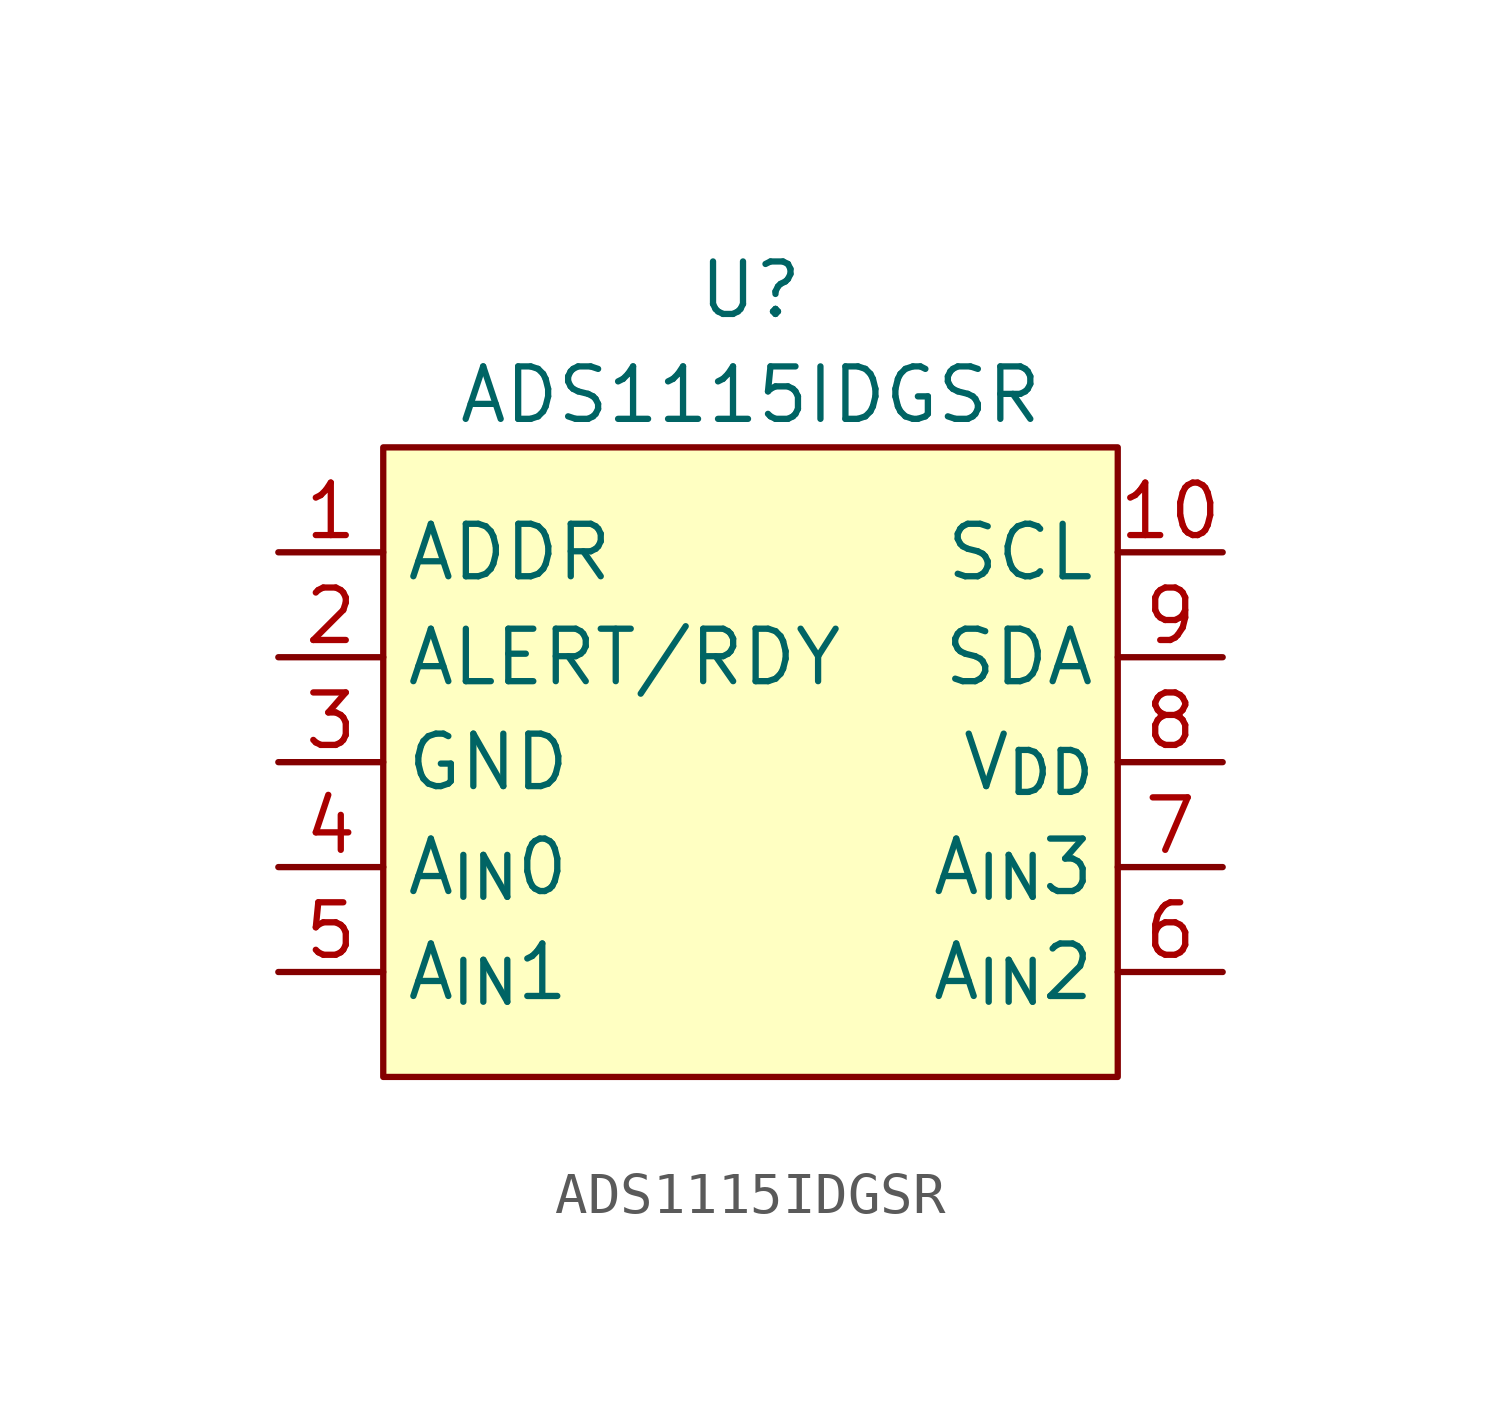
<source format=kicad_sym>
(kicad_symbol_lib
  (version 20241209)
  (generator "kicad_symbol_editor")
  (generator_version "9.0")
  (symbol "ADS1115IDGSR"
    (property "Reference" "U"
      (at 0 11.43 0)
      (do_not_autoplace)
      (effects (font (size 1.27 1.27))))
    (property "Value" "ADS1115IDGSR"
      (at 0 8.89 0)
      (do_not_autoplace)
      (effects (font (size 1.27 1.27))))
    (symbol "ADS1115IDGSR_0_0"
      (pin input line (at -11.43 5.08 0) (length 2.54) (name "ADDR" (effects (font (size 1.27 1.27)))) (number "1" (effects (font (size 1.27 1.27)))))
      (pin output line (at -11.43 2.54 0) (length 2.54) (name "ALERT/RDY" (effects (font (size 1.27 1.27)))) (number "2" (effects (font (size 1.27 1.27)))))
      (pin power_in line (at -11.43 0 0) (length 2.54) (name "GND" (effects (font (size 1.27 1.27)))) (number "3" (effects (font (size 1.27 1.27)))))
      (pin input line (at -11.43 -2.54 0) (length 2.54) (name "A_{IN}0" (effects (font (size 1.27 1.27)))) (number "4" (effects (font (size 1.27 1.27)))))
      (pin input line (at -11.43 -5.08 0) (length 2.54) (name "A_{IN}1" (effects (font (size 1.27 1.27)))) (number "5" (effects (font (size 1.27 1.27)))))
      (pin input line (at 11.43 5.08 180) (length 2.54) (name "SCL" (effects (font (size 1.27 1.27)))) (number "10" (effects (font (size 1.27 1.27)))))
      (pin bidirectional line (at 11.43 2.54 180) (length 2.54) (name "SDA" (effects (font (size 1.27 1.27)))) (number "9" (effects (font (size 1.27 1.27)))))
      (pin power_in line (at 11.43 0 180) (length 2.54) (name "V_{DD}" (effects (font (size 1.27 1.27)))) (number "8" (effects (font (size 1.27 1.27)))))
      (pin input line (at 11.43 -2.54 180) (length 2.54) (name "A_{IN}3" (effects (font (size 1.27 1.27)))) (number "7" (effects (font (size 1.27 1.27)))))
      (pin input line (at 11.43 -5.08 180) (length 2.54) (name "A_{IN}2" (effects (font (size 1.27 1.27)))) (number "6" (effects (font (size 1.27 1.27))))))
    (symbol "ADS1115IDGSR_1_1"
      (rectangle (start -8.89 7.62) (end 8.89 -7.62) (stroke (width 0) (type solid)) (fill (type background))))))
</source>
